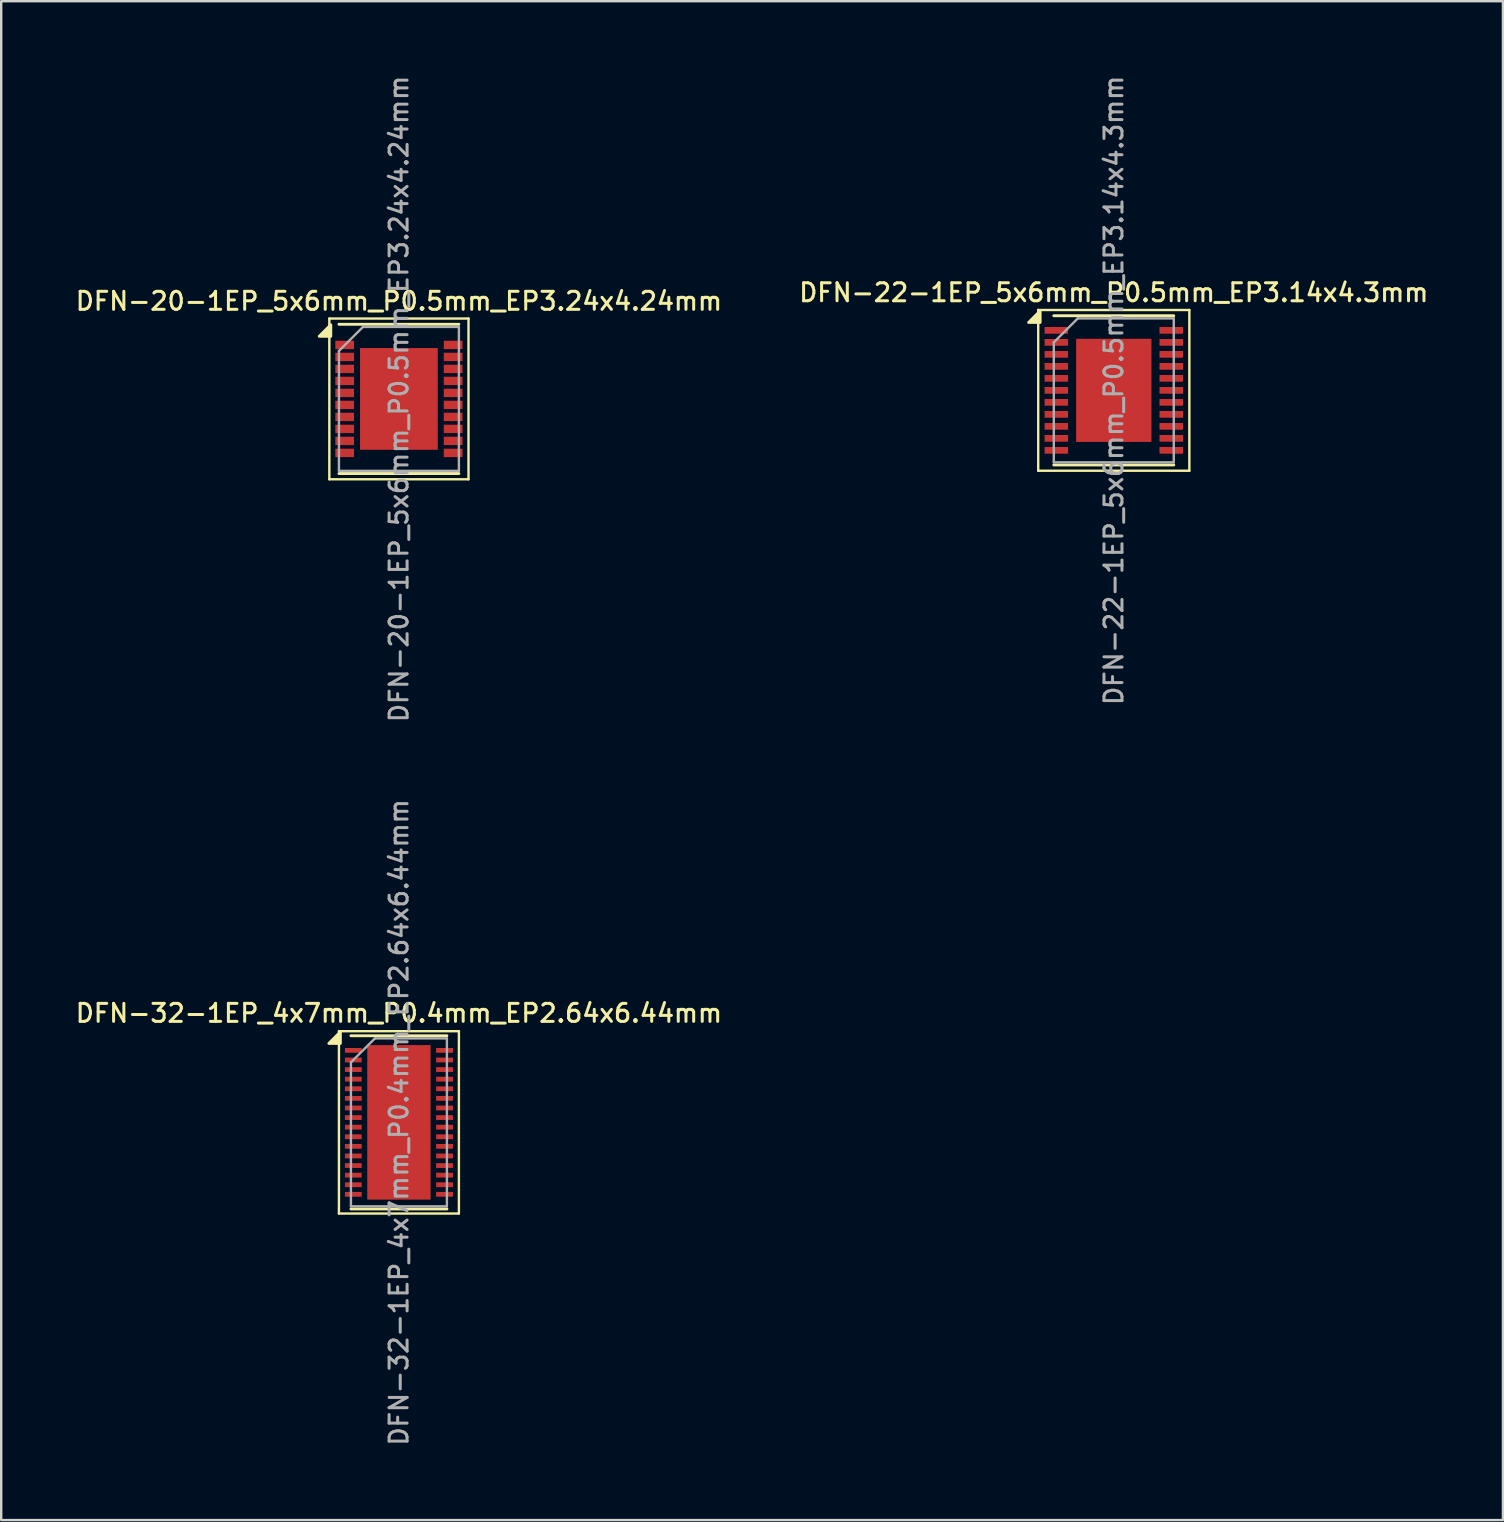
<source format=kicad_pcb>
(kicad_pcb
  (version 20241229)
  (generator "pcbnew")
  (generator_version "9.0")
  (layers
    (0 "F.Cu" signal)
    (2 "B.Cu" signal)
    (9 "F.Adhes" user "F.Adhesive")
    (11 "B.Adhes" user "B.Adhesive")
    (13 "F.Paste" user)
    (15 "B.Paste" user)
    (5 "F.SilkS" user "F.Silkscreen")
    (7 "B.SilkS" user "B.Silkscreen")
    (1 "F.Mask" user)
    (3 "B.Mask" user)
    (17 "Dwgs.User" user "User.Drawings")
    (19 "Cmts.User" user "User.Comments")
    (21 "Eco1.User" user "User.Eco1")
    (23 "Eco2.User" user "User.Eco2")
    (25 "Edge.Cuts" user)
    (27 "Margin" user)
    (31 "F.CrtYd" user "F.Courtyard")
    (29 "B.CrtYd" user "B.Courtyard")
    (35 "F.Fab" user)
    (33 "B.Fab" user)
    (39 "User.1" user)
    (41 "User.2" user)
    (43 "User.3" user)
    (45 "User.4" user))
  (footprint "DFN-32-1EP_4x7mm_P0.4mm_EP2.64x6.44mm"
    (layer "F.Cu")
    (at 13.577 43.73)
    (property "Reference" "DFN-32-1EP_4x7mm_P0.4mm_EP2.64x6.44mm" (at 0 -4.55 0) (layer "F.SilkS") (effects (font (size 0.75 0.75) (thickness 0.125))))
    (attr smd)
    (fp_line (start -2.5 -3.8) (end -2.5 3.8) (stroke (width 0.1) (type solid)) (layer "F.SilkS"))
    (fp_line (start -2.5 -3.8) (end 2.5 -3.8) (stroke (width 0.1) (type solid)) (layer "F.SilkS"))
    (fp_line (start -2.5 3.8) (end 2.5 3.8) (stroke (width 0.1) (type solid)) (layer "F.SilkS"))
    (fp_line (start -2 -3.61) (end 2 -3.61) (stroke (width 0.12) (type solid)) (layer "F.SilkS"))
    (fp_line (start -2 3.61) (end 2 3.61) (stroke (width 0.12) (type solid)) (layer "F.SilkS"))
    (fp_line (start 2.5 -3.8) (end 2.5 3.8) (stroke (width 0.1) (type solid)) (layer "F.SilkS"))
    (fp_poly (pts (xy -2.44 -3.29) (xy -2.92 -3.29) (xy -2.44 -3.77) (xy -2.44 -3.29)) (stroke (width 0.12) (type solid)) (fill yes) (layer "F.SilkS"))
    (fp_line (start -2 -2.5) (end -1 -3.5) (stroke (width 0.1) (type solid)) (layer "F.Fab"))
    (fp_line (start -2 3.5) (end -2 -2.5) (stroke (width 0.1) (type solid)) (layer "F.Fab"))
    (fp_line (start -1 -3.5) (end 2 -3.5) (stroke (width 0.1) (type solid)) (layer "F.Fab"))
    (fp_line (start 2 -3.5) (end 2 3.5) (stroke (width 0.1) (type solid)) (layer "F.Fab"))
    (fp_line (start 2 3.5) (end -2 3.5) (stroke (width 0.1) (type solid)) (layer "F.Fab"))
    (fp_text user "${REFERENCE}" (at 0 0 90) (layer "F.Fab") (effects (font (size 0.75 0.75) (thickness 0.125))))
    (pad "" smd rect (at -0.66 -2.56) (size 1.05 1.05) (layers "F.Paste"))
    (pad "" smd rect (at -0.66 -1.28) (size 1.05 1.05) (layers "F.Paste"))
    (pad "" smd rect (at -0.66 0) (size 1.05 1.05) (layers "F.Paste"))
    (pad "" smd rect (at -0.66 1.28) (size 1.05 1.05) (layers "F.Paste"))
    (pad "" smd rect (at -0.66 2.56) (size 1.05 1.05) (layers "F.Paste"))
    (pad "" smd rect (at 0.66 -2.56) (size 1.05 1.05) (layers "F.Paste"))
    (pad "" smd rect (at 0.66 -1.28) (size 1.05 1.05) (layers "F.Paste"))
    (pad "" smd rect (at 0.66 0) (size 1.05 1.05) (layers "F.Paste"))
    (pad "" smd rect (at 0.66 1.28) (size 1.05 1.05) (layers "F.Paste"))
    (pad "" smd rect (at 0.66 2.56) (size 1.05 1.05) (layers "F.Paste"))
    (pad "1" smd rect (at -1.9 -3) (size 0.7 0.2) (layers "F.Cu" "F.Mask" "F.Paste"))
    (pad "2" smd rect (at -1.9 -2.6) (size 0.7 0.2) (layers "F.Cu" "F.Mask" "F.Paste"))
    (pad "3" smd rect (at -1.9 -2.2) (size 0.7 0.2) (layers "F.Cu" "F.Mask" "F.Paste"))
    (pad "4" smd rect (at -1.9 -1.8) (size 0.7 0.2) (layers "F.Cu" "F.Mask" "F.Paste"))
    (pad "5" smd rect (at -1.9 -1.4) (size 0.7 0.2) (layers "F.Cu" "F.Mask" "F.Paste"))
    (pad "6" smd rect (at -1.9 -1) (size 0.7 0.2) (layers "F.Cu" "F.Mask" "F.Paste"))
    (pad "7" smd rect (at -1.9 -0.6) (size 0.7 0.2) (layers "F.Cu" "F.Mask" "F.Paste"))
    (pad "8" smd rect (at -1.9 -0.2) (size 0.7 0.2) (layers "F.Cu" "F.Mask" "F.Paste"))
    (pad "9" smd rect (at -1.9 0.2) (size 0.7 0.2) (layers "F.Cu" "F.Mask" "F.Paste"))
    (pad "10" smd rect (at -1.9 0.6) (size 0.7 0.2) (layers "F.Cu" "F.Mask" "F.Paste"))
    (pad "11" smd rect (at -1.9 1) (size 0.7 0.2) (layers "F.Cu" "F.Mask" "F.Paste"))
    (pad "12" smd rect (at -1.9 1.4) (size 0.7 0.2) (layers "F.Cu" "F.Mask" "F.Paste"))
    (pad "13" smd rect (at -1.9 1.8) (size 0.7 0.2) (layers "F.Cu" "F.Mask" "F.Paste"))
    (pad "14" smd rect (at -1.9 2.2) (size 0.7 0.2) (layers "F.Cu" "F.Mask" "F.Paste"))
    (pad "15" smd rect (at -1.9 2.6) (size 0.7 0.2) (layers "F.Cu" "F.Mask" "F.Paste"))
    (pad "16" smd rect (at -1.9 3) (size 0.7 0.2) (layers "F.Cu" "F.Mask" "F.Paste"))
    (pad "17" smd rect (at 1.9 3) (size 0.7 0.2) (layers "F.Cu" "F.Mask" "F.Paste"))
    (pad "18" smd rect (at 1.9 2.6) (size 0.7 0.2) (layers "F.Cu" "F.Mask" "F.Paste"))
    (pad "19" smd rect (at 1.9 2.2) (size 0.7 0.2) (layers "F.Cu" "F.Mask" "F.Paste"))
    (pad "20" smd rect (at 1.9 1.8) (size 0.7 0.2) (layers "F.Cu" "F.Mask" "F.Paste"))
    (pad "21" smd rect (at 1.9 1.4) (size 0.7 0.2) (layers "F.Cu" "F.Mask" "F.Paste"))
    (pad "22" smd rect (at 1.9 1) (size 0.7 0.2) (layers "F.Cu" "F.Mask" "F.Paste"))
    (pad "23" smd rect (at 1.9 0.6) (size 0.7 0.2) (layers "F.Cu" "F.Mask" "F.Paste"))
    (pad "24" smd rect (at 1.9 0.2) (size 0.7 0.2) (layers "F.Cu" "F.Mask" "F.Paste"))
    (pad "25" smd rect (at 1.9 -0.2) (size 0.7 0.2) (layers "F.Cu" "F.Mask" "F.Paste"))
    (pad "26" smd rect (at 1.9 -0.6) (size 0.7 0.2) (layers "F.Cu" "F.Mask" "F.Paste"))
    (pad "27" smd rect (at 1.9 -1) (size 0.7 0.2) (layers "F.Cu" "F.Mask" "F.Paste"))
    (pad "28" smd rect (at 1.9 -1.4) (size 0.7 0.2) (layers "F.Cu" "F.Mask" "F.Paste"))
    (pad "29" smd rect (at 1.9 -1.8) (size 0.7 0.2) (layers "F.Cu" "F.Mask" "F.Paste"))
    (pad "30" smd rect (at 1.9 -2.2) (size 0.7 0.2) (layers "F.Cu" "F.Mask" "F.Paste"))
    (pad "31" smd rect (at 1.9 -2.6) (size 0.7 0.2) (layers "F.Cu" "F.Mask" "F.Paste"))
    (pad "32" smd rect (at 1.9 -3) (size 0.7 0.2) (layers "F.Cu" "F.Mask" "F.Paste"))
    (pad "33" smd rect (at 0 0) (size 2.64 6.44) (layers "F.Cu" "F.Mask")))
  (footprint "DFN-20-1EP_5x6mm_P0.5mm_EP3.24x4.24mm"
    (layer "F.Cu")
    (at 13.577 13.577)
    (property "Reference" "DFN-20-1EP_5x6mm_P0.5mm_EP3.24x4.24mm" (at 0 -4.075 0) (layer "F.SilkS") (effects (font (size 0.75 0.75) (thickness 0.125))))
    (attr smd)
    (fp_line (start -2.9 -3.35) (end -2.9 3.35) (stroke (width 0.1) (type solid)) (layer "F.SilkS"))
    (fp_line (start -2.9 -3.35) (end 2.9 -3.35) (stroke (width 0.1) (type solid)) (layer "F.SilkS"))
    (fp_line (start -2.9 3.35) (end 2.9 3.35) (stroke (width 0.1) (type solid)) (layer "F.SilkS"))
    (fp_line (start -2.5 -3.11) (end 2.5 -3.11) (stroke (width 0.12) (type solid)) (layer "F.SilkS"))
    (fp_line (start -2.5 3.11) (end 2.5 3.11) (stroke (width 0.12) (type solid)) (layer "F.SilkS"))
    (fp_line (start 2.9 -3.35) (end 2.9 3.35) (stroke (width 0.1) (type solid)) (layer "F.SilkS"))
    (fp_poly (pts (xy -2.84 -2.61) (xy -3.32 -2.61) (xy -2.84 -3.09) (xy -2.84 -2.61)) (stroke (width 0.12) (type solid)) (fill yes) (layer "F.SilkS"))
    (fp_line (start -2.5 -2) (end -1.5 -3) (stroke (width 0.1) (type solid)) (layer "F.Fab"))
    (fp_line (start -2.5 3) (end -2.5 -2) (stroke (width 0.1) (type solid)) (layer "F.Fab"))
    (fp_line (start -1.5 -3) (end 2.5 -3) (stroke (width 0.1) (type solid)) (layer "F.Fab"))
    (fp_line (start 2.5 -3) (end 2.5 3) (stroke (width 0.1) (type solid)) (layer "F.Fab"))
    (fp_line (start 2.5 3) (end -2.5 3) (stroke (width 0.1) (type solid)) (layer "F.Fab"))
    (fp_text user "${REFERENCE}" (at 0 0 90) (layer "F.Fab") (effects (font (size 0.75 0.75) (thickness 0.125))))
    (pad "" smd rect (at -1.08 -1.59) (size 0.86 0.86) (layers "F.Paste"))
    (pad "" smd rect (at -1.08 -0.53) (size 0.86 0.86) (layers "F.Paste"))
    (pad "" smd rect (at -1.08 0.53) (size 0.86 0.86) (layers "F.Paste"))
    (pad "" smd rect (at -1.08 1.59) (size 0.86 0.86) (layers "F.Paste"))
    (pad "" smd rect (at 0 -1.59) (size 0.86 0.86) (layers "F.Paste"))
    (pad "" smd rect (at 0 -0.53) (size 0.86 0.86) (layers "F.Paste"))
    (pad "" smd rect (at 0 0.53) (size 0.86 0.86) (layers "F.Paste"))
    (pad "" smd rect (at 0 1.59) (size 0.86 0.86) (layers "F.Paste"))
    (pad "" smd rect (at 1.08 -1.59) (size 0.86 0.86) (layers "F.Paste"))
    (pad "" smd rect (at 1.08 -0.53) (size 0.86 0.86) (layers "F.Paste"))
    (pad "" smd rect (at 1.08 0.53) (size 0.86 0.86) (layers "F.Paste"))
    (pad "" smd rect (at 1.08 1.59) (size 0.86 0.86) (layers "F.Paste"))
    (pad "1" smd rect (at -2.26 -2.25) (size 0.78 0.35) (layers "F.Cu" "F.Mask" "F.Paste"))
    (pad "2" smd rect (at -2.26 -1.75) (size 0.78 0.35) (layers "F.Cu" "F.Mask" "F.Paste"))
    (pad "3" smd rect (at -2.26 -1.25) (size 0.78 0.35) (layers "F.Cu" "F.Mask" "F.Paste"))
    (pad "4" smd rect (at -2.26 -0.75) (size 0.78 0.35) (layers "F.Cu" "F.Mask" "F.Paste"))
    (pad "5" smd rect (at -2.26 -0.25) (size 0.78 0.35) (layers "F.Cu" "F.Mask" "F.Paste"))
    (pad "6" smd rect (at -2.26 0.25) (size 0.78 0.35) (layers "F.Cu" "F.Mask" "F.Paste"))
    (pad "7" smd rect (at -2.26 0.75) (size 0.78 0.35) (layers "F.Cu" "F.Mask" "F.Paste"))
    (pad "8" smd rect (at -2.26 1.25) (size 0.78 0.35) (layers "F.Cu" "F.Mask" "F.Paste"))
    (pad "9" smd rect (at -2.26 1.75) (size 0.78 0.35) (layers "F.Cu" "F.Mask" "F.Paste"))
    (pad "10" smd rect (at -2.26 2.25) (size 0.78 0.35) (layers "F.Cu" "F.Mask" "F.Paste"))
    (pad "11" smd rect (at 2.26 2.25) (size 0.78 0.35) (layers "F.Cu" "F.Mask" "F.Paste"))
    (pad "12" smd rect (at 2.26 1.75) (size 0.78 0.35) (layers "F.Cu" "F.Mask" "F.Paste"))
    (pad "13" smd rect (at 2.26 1.25) (size 0.78 0.35) (layers "F.Cu" "F.Mask" "F.Paste"))
    (pad "14" smd rect (at 2.26 0.75) (size 0.78 0.35) (layers "F.Cu" "F.Mask" "F.Paste"))
    (pad "15" smd rect (at 2.26 0.25) (size 0.78 0.35) (layers "F.Cu" "F.Mask" "F.Paste"))
    (pad "16" smd rect (at 2.26 -0.25) (size 0.78 0.35) (layers "F.Cu" "F.Mask" "F.Paste"))
    (pad "17" smd rect (at 2.26 -0.75) (size 0.78 0.35) (layers "F.Cu" "F.Mask" "F.Paste"))
    (pad "18" smd rect (at 2.26 -1.25) (size 0.78 0.35) (layers "F.Cu" "F.Mask" "F.Paste"))
    (pad "19" smd rect (at 2.26 -1.75) (size 0.78 0.35) (layers "F.Cu" "F.Mask" "F.Paste"))
    (pad "20" smd rect (at 2.26 -2.25) (size 0.78 0.35) (layers "F.Cu" "F.Mask" "F.Paste"))
    (pad "21" smd rect (at 0 0) (size 3.24 4.24) (layers "F.Cu" "F.Mask")))
  (footprint "DFN-22-1EP_5x6mm_P0.5mm_EP3.14x4.3mm"
    (layer "F.Cu")
    (at 43.373 13.22)
    (property "Reference" "DFN-22-1EP_5x6mm_P0.5mm_EP3.14x4.3mm" (at 0 -4.075 0) (layer "F.SilkS") (effects (font (size 0.75 0.75) (thickness 0.125))))
    (attr smd)
    (fp_line (start -3.15 -3.35) (end -3.15 3.35) (stroke (width 0.1) (type solid)) (layer "F.SilkS"))
    (fp_line (start -3.15 -3.35) (end 3.15 -3.35) (stroke (width 0.1) (type solid)) (layer "F.SilkS"))
    (fp_line (start -3.15 3.35) (end 3.15 3.35) (stroke (width 0.1) (type solid)) (layer "F.SilkS"))
    (fp_line (start -2.5 -3.11) (end 2.5 -3.11) (stroke (width 0.12) (type solid)) (layer "F.SilkS"))
    (fp_line (start -2.5 3.11) (end 2.5 3.11) (stroke (width 0.12) (type solid)) (layer "F.SilkS"))
    (fp_line (start 3.15 -3.35) (end 3.15 3.35) (stroke (width 0.1) (type solid)) (layer "F.SilkS"))
    (fp_poly (pts (xy -3.07 -2.83) (xy -3.55 -2.83) (xy -3.07 -3.31) (xy -3.07 -2.83)) (stroke (width 0.12) (type solid)) (fill yes) (layer "F.SilkS"))
    (fp_line (start -2.5 -2) (end -1.5 -3) (stroke (width 0.1) (type solid)) (layer "F.Fab"))
    (fp_line (start -2.5 3) (end -2.5 -2) (stroke (width 0.1) (type solid)) (layer "F.Fab"))
    (fp_line (start -1.5 -3) (end 2.5 -3) (stroke (width 0.1) (type solid)) (layer "F.Fab"))
    (fp_line (start 2.5 -3) (end 2.5 3) (stroke (width 0.1) (type solid)) (layer "F.Fab"))
    (fp_line (start 2.5 3) (end -2.5 3) (stroke (width 0.1) (type solid)) (layer "F.Fab"))
    (fp_text user "${REFERENCE}" (at 0 0 90) (layer "F.Fab") (effects (font (size 0.75 0.75) (thickness 0.125))))
    (pad "" smd rect (at -1.05 -1.613) (size 0.855 0.855) (layers "F.Paste"))
    (pad "" smd rect (at -1.05 -0.537) (size 0.855 0.855) (layers "F.Paste"))
    (pad "" smd rect (at -1.05 0.537) (size 0.855 0.855) (layers "F.Paste"))
    (pad "" smd rect (at -1.05 1.613) (size 0.855 0.855) (layers "F.Paste"))
    (pad "" smd rect (at 0 -1.613) (size 0.855 0.855) (layers "F.Paste"))
    (pad "" smd rect (at 0 -0.537) (size 0.855 0.855) (layers "F.Paste"))
    (pad "" smd rect (at 0 0.537) (size 0.855 0.855) (layers "F.Paste"))
    (pad "" smd rect (at 0 1.613) (size 0.855 0.855) (layers "F.Paste"))
    (pad "" smd rect (at 1.05 -1.613) (size 0.855 0.855) (layers "F.Paste"))
    (pad "" smd rect (at 1.05 -0.537) (size 0.855 0.855) (layers "F.Paste"))
    (pad "" smd rect (at 1.05 0.537) (size 0.855 0.855) (layers "F.Paste"))
    (pad "" smd rect (at 1.05 1.613) (size 0.855 0.855) (layers "F.Paste"))
    (pad "1" smd rect (at -2.395 -2.5) (size 0.98 0.28) (layers "F.Cu" "F.Mask" "F.Paste"))
    (pad "2" smd rect (at -2.395 -2) (size 0.98 0.28) (layers "F.Cu" "F.Mask" "F.Paste"))
    (pad "3" smd rect (at -2.395 -1.5) (size 0.98 0.28) (layers "F.Cu" "F.Mask" "F.Paste"))
    (pad "4" smd rect (at -2.395 -1) (size 0.98 0.28) (layers "F.Cu" "F.Mask" "F.Paste"))
    (pad "5" smd rect (at -2.395 -0.5) (size 0.98 0.28) (layers "F.Cu" "F.Mask" "F.Paste"))
    (pad "6" smd rect (at -2.395 0) (size 0.98 0.28) (layers "F.Cu" "F.Mask" "F.Paste"))
    (pad "7" smd rect (at -2.395 0.5) (size 0.98 0.28) (layers "F.Cu" "F.Mask" "F.Paste"))
    (pad "8" smd rect (at -2.395 1) (size 0.98 0.28) (layers "F.Cu" "F.Mask" "F.Paste"))
    (pad "9" smd rect (at -2.395 1.5) (size 0.98 0.28) (layers "F.Cu" "F.Mask" "F.Paste"))
    (pad "10" smd rect (at -2.395 2) (size 0.98 0.28) (layers "F.Cu" "F.Mask" "F.Paste"))
    (pad "11" smd rect (at -2.395 2.5) (size 0.98 0.28) (layers "F.Cu" "F.Mask" "F.Paste"))
    (pad "12" smd rect (at 2.395 2.5) (size 0.98 0.28) (layers "F.Cu" "F.Mask" "F.Paste"))
    (pad "13" smd rect (at 2.395 2) (size 0.98 0.28) (layers "F.Cu" "F.Mask" "F.Paste"))
    (pad "14" smd rect (at 2.395 1.5) (size 0.98 0.28) (layers "F.Cu" "F.Mask" "F.Paste"))
    (pad "15" smd rect (at 2.395 1) (size 0.98 0.28) (layers "F.Cu" "F.Mask" "F.Paste"))
    (pad "16" smd rect (at 2.395 0.5) (size 0.98 0.28) (layers "F.Cu" "F.Mask" "F.Paste"))
    (pad "17" smd rect (at 2.395 0) (size 0.98 0.28) (layers "F.Cu" "F.Mask" "F.Paste"))
    (pad "18" smd rect (at 2.395 -0.5) (size 0.98 0.28) (layers "F.Cu" "F.Mask" "F.Paste"))
    (pad "19" smd rect (at 2.395 -1) (size 0.98 0.28) (layers "F.Cu" "F.Mask" "F.Paste"))
    (pad "20" smd rect (at 2.395 -1.5) (size 0.98 0.28) (layers "F.Cu" "F.Mask" "F.Paste"))
    (pad "21" smd rect (at 2.395 -2) (size 0.98 0.28) (layers "F.Cu" "F.Mask" "F.Paste"))
    (pad "22" smd rect (at 2.395 -2.5) (size 0.98 0.28) (layers "F.Cu" "F.Mask" "F.Paste"))
    (pad "23" smd rect (at 0 0) (size 3.14 4.3) (layers "F.Cu" "F.Mask")))
  (gr_rect
    (start -3 -3)
    (end 59.593 60.307)
    (stroke (width 0.1) (type default))
    (fill no)
    (layer "Edge.Cuts")))
</source>
